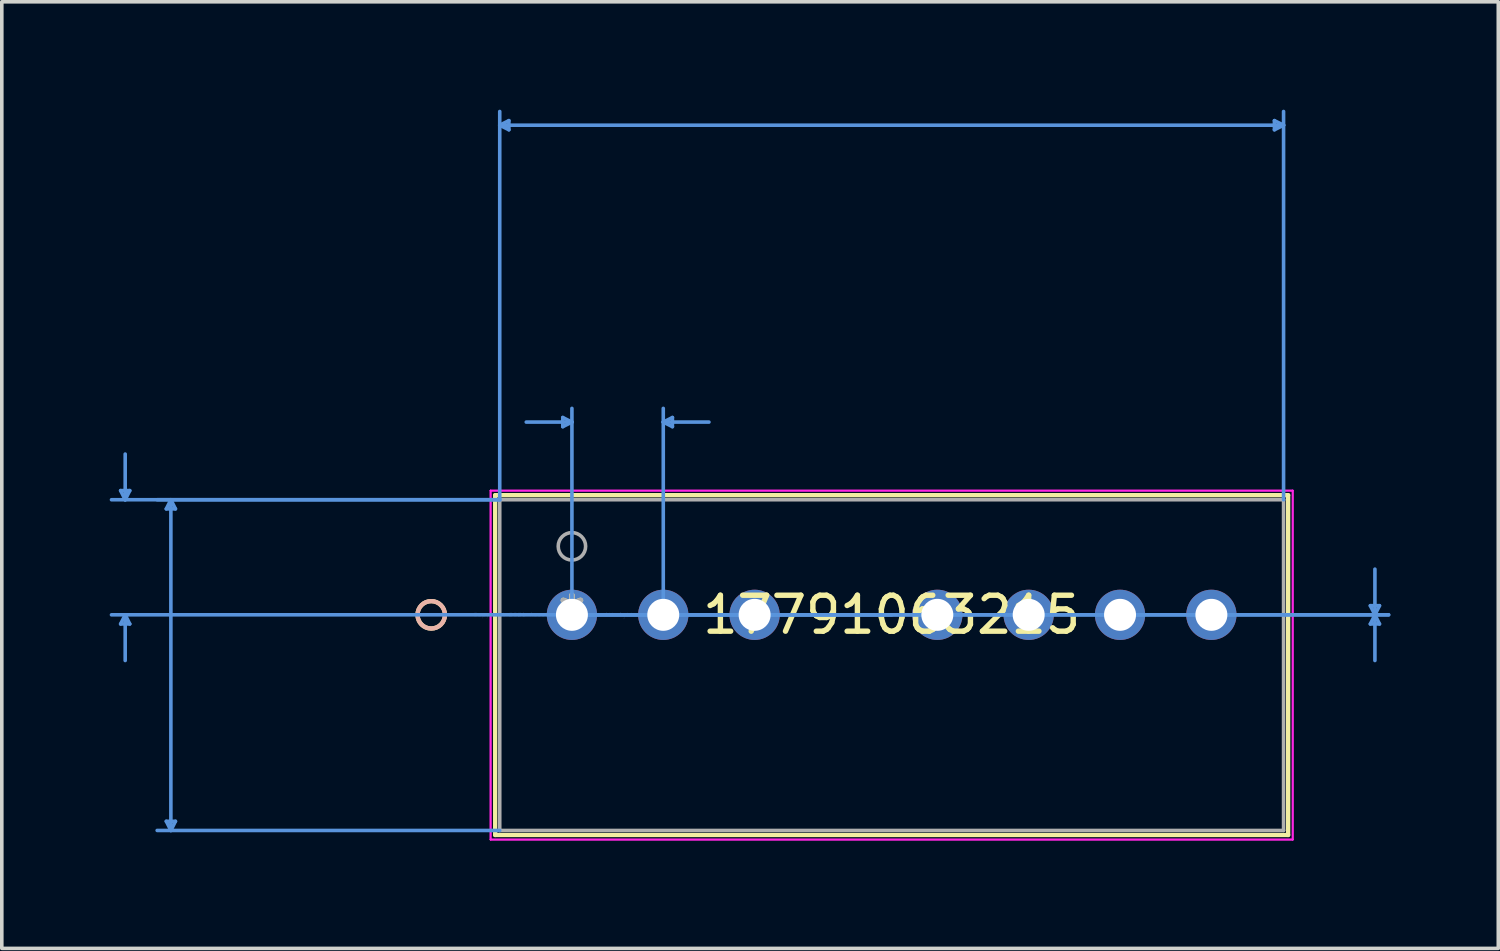
<source format=kicad_pcb>
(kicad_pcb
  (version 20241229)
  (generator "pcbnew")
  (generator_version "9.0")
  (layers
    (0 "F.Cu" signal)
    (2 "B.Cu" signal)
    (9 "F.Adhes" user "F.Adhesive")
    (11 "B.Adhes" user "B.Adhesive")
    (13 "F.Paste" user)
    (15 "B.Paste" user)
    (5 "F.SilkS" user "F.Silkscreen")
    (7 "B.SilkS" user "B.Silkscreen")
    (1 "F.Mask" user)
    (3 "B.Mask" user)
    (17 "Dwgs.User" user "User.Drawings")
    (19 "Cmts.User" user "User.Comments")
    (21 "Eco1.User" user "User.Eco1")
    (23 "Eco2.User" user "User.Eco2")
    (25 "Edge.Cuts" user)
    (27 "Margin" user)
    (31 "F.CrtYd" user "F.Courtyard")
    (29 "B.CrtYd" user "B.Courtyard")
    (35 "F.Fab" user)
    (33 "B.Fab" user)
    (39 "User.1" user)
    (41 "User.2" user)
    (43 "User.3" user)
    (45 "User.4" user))
  (footprint "17791063215"
    (layer "F.Cu")
    (at 12.852 14.045)
    (property "Reference" "17791063215" (at 8.89 0 0) (layer "F.SilkS") (effects (font (size 1 1) (thickness 0.15))))
    (attr through_hole)
    (fp_line (start -2.134 -3.327) (end -2.134 6.122) (stroke (width 0.12) (type solid)) (layer "F.SilkS"))
    (fp_line (start -2.134 6.122) (end 19.914 6.122) (stroke (width 0.12) (type solid)) (layer "F.SilkS"))
    (fp_line (start 19.914 -3.327) (end -2.134 -3.327) (stroke (width 0.12) (type solid)) (layer "F.SilkS"))
    (fp_line (start 19.914 6.122) (end 19.914 -3.327) (stroke (width 0.12) (type solid)) (layer "F.SilkS"))
    (fp_circle (center -3.912 0) (end -3.531 0) (stroke (width 0.12) (type solid)) (fill no) (layer "F.SilkS"))
    (fp_circle (center -3.912 0) (end -3.531 0) (stroke (width 0.12) (type solid)) (fill no) (layer "B.SilkS"))
    (fp_line (start -12.548 -3.454) (end -12.294 -3.454) (stroke (width 0.1) (type solid)) (layer "Cmts.User"))
    (fp_line (start -12.548 0.254) (end -12.294 0.254) (stroke (width 0.1) (type solid)) (layer "Cmts.User"))
    (fp_line (start -12.421 -3.2) (end -12.548 -3.454) (stroke (width 0.1) (type solid)) (layer "Cmts.User"))
    (fp_line (start -12.421 -3.2) (end -12.421 -4.47) (stroke (width 0.1) (type solid)) (layer "Cmts.User"))
    (fp_line (start -12.421 -3.2) (end -12.294 -3.454) (stroke (width 0.1) (type solid)) (layer "Cmts.User"))
    (fp_line (start -12.421 0) (end -12.548 0.254) (stroke (width 0.1) (type solid)) (layer "Cmts.User"))
    (fp_line (start -12.421 0) (end -12.421 1.27) (stroke (width 0.1) (type solid)) (layer "Cmts.User"))
    (fp_line (start -12.421 0) (end -12.294 0.254) (stroke (width 0.1) (type solid)) (layer "Cmts.User"))
    (fp_line (start -11.278 -2.946) (end -11.024 -2.946) (stroke (width 0.1) (type solid)) (layer "Cmts.User"))
    (fp_line (start -11.278 5.741) (end -11.024 5.741) (stroke (width 0.1) (type solid)) (layer "Cmts.User"))
    (fp_line (start -11.151 -3.2) (end -11.278 -2.946) (stroke (width 0.1) (type solid)) (layer "Cmts.User"))
    (fp_line (start -11.151 -3.2) (end -11.151 5.995) (stroke (width 0.1) (type solid)) (layer "Cmts.User"))
    (fp_line (start -11.151 -3.2) (end -11.024 -2.946) (stroke (width 0.1) (type solid)) (layer "Cmts.User"))
    (fp_line (start -11.151 5.995) (end -11.278 5.741) (stroke (width 0.1) (type solid)) (layer "Cmts.User"))
    (fp_line (start -11.151 5.995) (end -11.024 5.741) (stroke (width 0.1) (type solid)) (layer "Cmts.User"))
    (fp_line (start -2.007 -13.614) (end -1.753 -13.741) (stroke (width 0.1) (type solid)) (layer "Cmts.User"))
    (fp_line (start -2.007 -13.614) (end -1.753 -13.487) (stroke (width 0.1) (type solid)) (layer "Cmts.User"))
    (fp_line (start -2.007 -13.614) (end 19.787 -13.614) (stroke (width 0.1) (type solid)) (layer "Cmts.User"))
    (fp_line (start -2.007 -3.2) (end -12.802 -3.2) (stroke (width 0.1) (type solid)) (layer "Cmts.User"))
    (fp_line (start -2.007 -3.2) (end -11.532 -3.2) (stroke (width 0.1) (type solid)) (layer "Cmts.User"))
    (fp_line (start -2.007 -3.2) (end -2.007 -13.995) (stroke (width 0.1) (type solid)) (layer "Cmts.User"))
    (fp_line (start -2.007 5.995) (end -11.532 5.995) (stroke (width 0.1) (type solid)) (layer "Cmts.User"))
    (fp_line (start -1.753 -13.741) (end -1.753 -13.487) (stroke (width 0.1) (type solid)) (layer "Cmts.User"))
    (fp_line (start -0.254 -5.486) (end -0.254 -5.232) (stroke (width 0.1) (type solid)) (layer "Cmts.User"))
    (fp_line (start 0 -5.359) (end -1.27 -5.359) (stroke (width 0.1) (type solid)) (layer "Cmts.User"))
    (fp_line (start 0 -5.359) (end -0.254 -5.486) (stroke (width 0.1) (type solid)) (layer "Cmts.User"))
    (fp_line (start 0 -5.359) (end -0.254 -5.232) (stroke (width 0.1) (type solid)) (layer "Cmts.User"))
    (fp_line (start 0 0) (end 0 -5.74) (stroke (width 0.1) (type solid)) (layer "Cmts.User"))
    (fp_line (start 0 0) (end 22.708 0) (stroke (width 0.1) (type solid)) (layer "Cmts.User"))
    (fp_line (start 0 0) (end 22.708 0) (stroke (width 0.1) (type solid)) (layer "Cmts.User"))
    (fp_line (start 2.54 -5.359) (end 2.794 -5.486) (stroke (width 0.1) (type solid)) (layer "Cmts.User"))
    (fp_line (start 2.54 -5.359) (end 2.794 -5.232) (stroke (width 0.1) (type solid)) (layer "Cmts.User"))
    (fp_line (start 2.54 -5.359) (end 3.81 -5.359) (stroke (width 0.1) (type solid)) (layer "Cmts.User"))
    (fp_line (start 2.54 0) (end 2.54 -5.74) (stroke (width 0.1) (type solid)) (layer "Cmts.User"))
    (fp_line (start 2.794 -5.486) (end 2.794 -5.232) (stroke (width 0.1) (type solid)) (layer "Cmts.User"))
    (fp_line (start 8.89 0) (end -12.802 0) (stroke (width 0.1) (type solid)) (layer "Cmts.User"))
    (fp_line (start 19.533 -13.741) (end 19.533 -13.487) (stroke (width 0.1) (type solid)) (layer "Cmts.User"))
    (fp_line (start 19.787 -13.614) (end 19.533 -13.741) (stroke (width 0.1) (type solid)) (layer "Cmts.User"))
    (fp_line (start 19.787 -13.614) (end 19.533 -13.487) (stroke (width 0.1) (type solid)) (layer "Cmts.User"))
    (fp_line (start 19.787 -3.2) (end 19.787 -13.995) (stroke (width 0.1) (type solid)) (layer "Cmts.User"))
    (fp_line (start 22.2 -0.254) (end 22.454 -0.254) (stroke (width 0.1) (type solid)) (layer "Cmts.User"))
    (fp_line (start 22.2 0.254) (end 22.454 0.254) (stroke (width 0.1) (type solid)) (layer "Cmts.User"))
    (fp_line (start 22.327 0) (end 22.2 -0.254) (stroke (width 0.1) (type solid)) (layer "Cmts.User"))
    (fp_line (start 22.327 0) (end 22.2 0.254) (stroke (width 0.1) (type solid)) (layer "Cmts.User"))
    (fp_line (start 22.327 0) (end 22.327 -1.27) (stroke (width 0.1) (type solid)) (layer "Cmts.User"))
    (fp_line (start 22.327 0) (end 22.327 1.27) (stroke (width 0.1) (type solid)) (layer "Cmts.User"))
    (fp_line (start 22.327 0) (end 22.454 -0.254) (stroke (width 0.1) (type solid)) (layer "Cmts.User"))
    (fp_line (start 22.327 0) (end 22.454 0.254) (stroke (width 0.1) (type solid)) (layer "Cmts.User"))
    (fp_line (start -2.261 -3.454) (end -2.261 6.249) (stroke (width 0.05) (type solid)) (layer "F.CrtYd"))
    (fp_line (start -2.261 -3.454) (end -2.261 6.249) (stroke (width 0.05) (type solid)) (layer "F.CrtYd"))
    (fp_line (start -2.261 6.249) (end 20.041 6.249) (stroke (width 0.05) (type solid)) (layer "F.CrtYd"))
    (fp_line (start -2.261 6.249) (end 20.041 6.249) (stroke (width 0.05) (type solid)) (layer "F.CrtYd"))
    (fp_line (start 20.041 -3.454) (end -2.261 -3.454) (stroke (width 0.05) (type solid)) (layer "F.CrtYd"))
    (fp_line (start 20.041 -3.454) (end -2.261 -3.454) (stroke (width 0.05) (type solid)) (layer "F.CrtYd"))
    (fp_line (start 20.041 6.249) (end 20.041 -3.454) (stroke (width 0.05) (type solid)) (layer "F.CrtYd"))
    (fp_line (start 20.041 6.249) (end 20.041 -3.454) (stroke (width 0.05) (type solid)) (layer "F.CrtYd"))
    (fp_line (start -2.007 -3.2) (end -2.007 5.995) (stroke (width 0.1) (type solid)) (layer "F.Fab"))
    (fp_line (start -2.007 5.995) (end 19.787 5.995) (stroke (width 0.1) (type solid)) (layer "F.Fab"))
    (fp_line (start 19.787 -3.2) (end -2.007 -3.2) (stroke (width 0.1) (type solid)) (layer "F.Fab"))
    (fp_line (start 19.787 5.995) (end 19.787 -3.2) (stroke (width 0.1) (type solid)) (layer "F.Fab"))
    (fp_circle (center 0 -1.905) (end 0.381 -1.905) (stroke (width 0.1) (type solid)) (fill no) (layer "F.Fab"))
    (fp_text user "*" (at 0 0 0) (layer "F.SilkS") (effects (font (size 1 1) (thickness 0.15))))
    (fp_text user "Copyright 2021 Accelerated Designs. All rights reserved." (at 0 0 0) (layer "Cmts.User") (effects (font (size 0.127 0.127) (thickness 0.002))))
    (fp_text user "*" (at 0 0 0) (layer "F.Fab") (effects (font (size 1 1) (thickness 0.15))))
    (pad "1" thru_hole circle (at 0 0) (size 1.397 1.397) (drill 0.889) (layers "*.Cu" "*.Mask"))
    (pad "2" thru_hole circle (at 2.54 0) (size 1.397 1.397) (drill 0.889) (layers "*.Cu" "*.Mask"))
    (pad "3" thru_hole circle (at 5.08 0) (size 1.397 1.397) (drill 0.889) (layers "*.Cu" "*.Mask"))
    (pad "5" thru_hole circle (at 10.16 0) (size 1.397 1.397) (drill 0.889) (layers "*.Cu" "*.Mask"))
    (pad "6" thru_hole circle (at 12.7 0) (size 1.397 1.397) (drill 0.889) (layers "*.Cu" "*.Mask"))
    (pad "7" thru_hole circle (at 15.24 0) (size 1.397 1.397) (drill 0.889) (layers "*.Cu" "*.Mask"))
    (pad "8" thru_hole circle (at 17.78 0) (size 1.397 1.397) (drill 0.889) (layers "*.Cu" "*.Mask")))
  (gr_rect
    (start -3 -3)
    (end 38.609 23.319)
    (stroke (width 0.1) (type default))
    (fill no)
    (layer "Edge.Cuts")))
</source>
